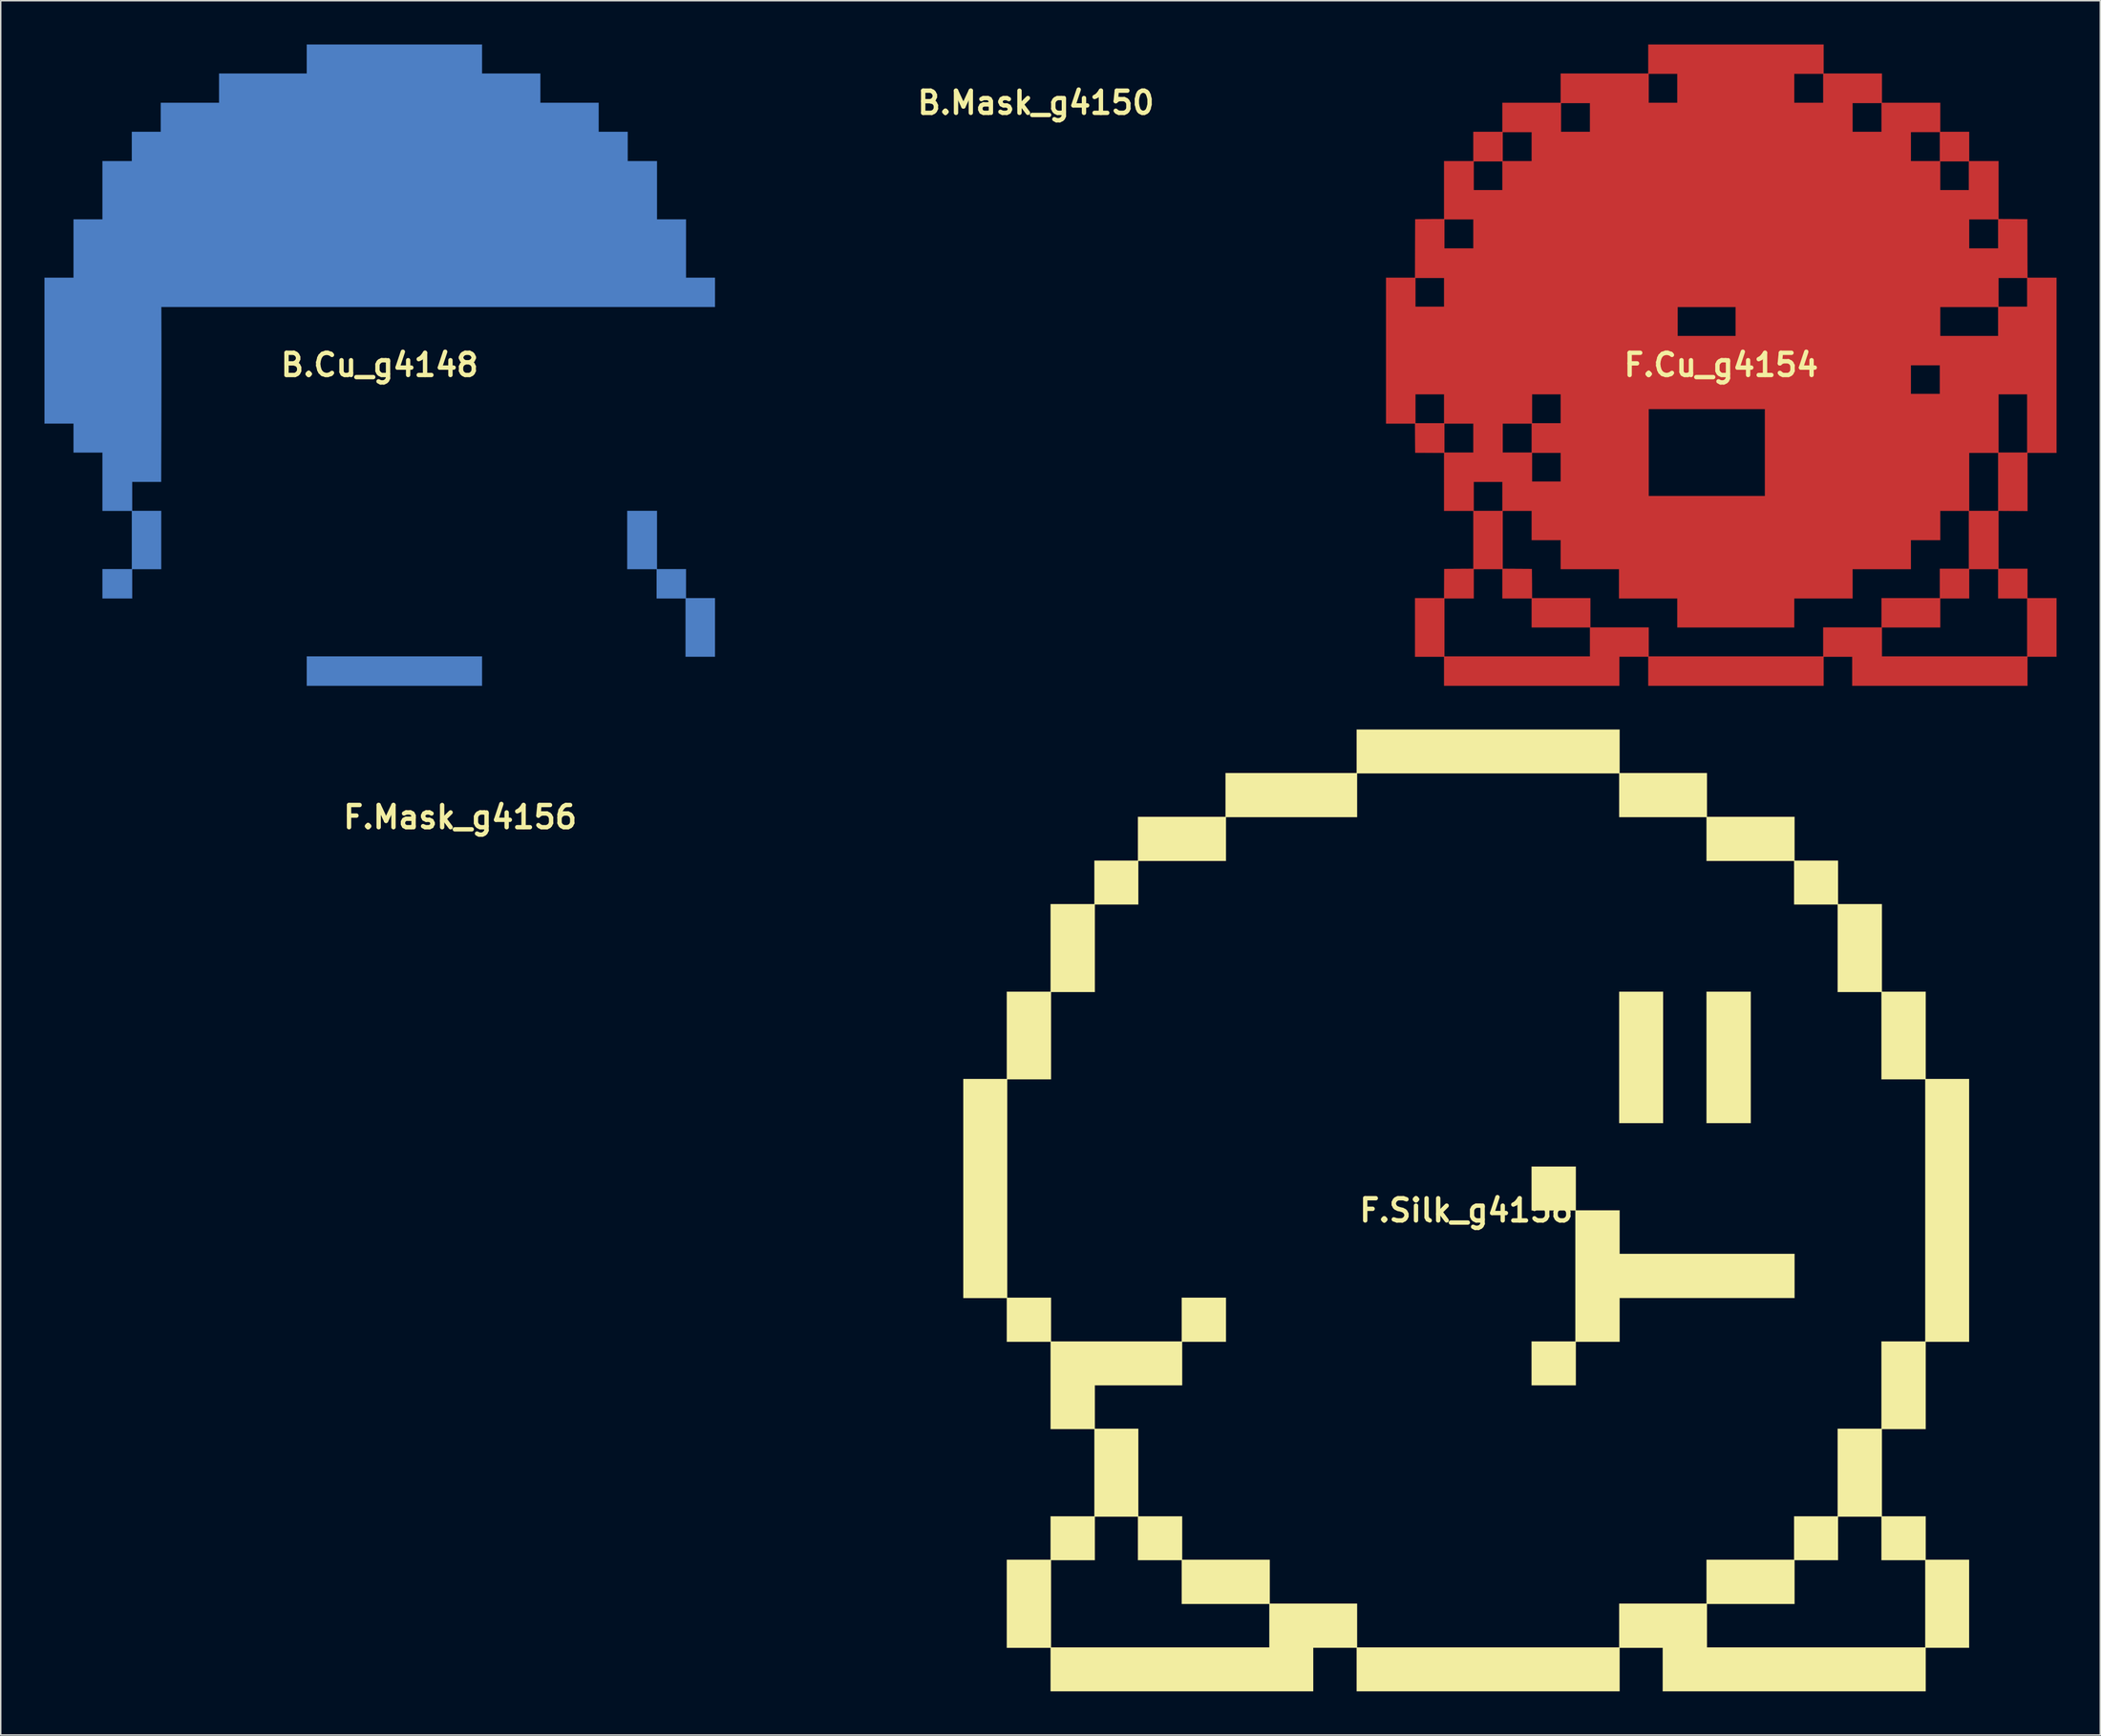
<source format=kicad_pcb>
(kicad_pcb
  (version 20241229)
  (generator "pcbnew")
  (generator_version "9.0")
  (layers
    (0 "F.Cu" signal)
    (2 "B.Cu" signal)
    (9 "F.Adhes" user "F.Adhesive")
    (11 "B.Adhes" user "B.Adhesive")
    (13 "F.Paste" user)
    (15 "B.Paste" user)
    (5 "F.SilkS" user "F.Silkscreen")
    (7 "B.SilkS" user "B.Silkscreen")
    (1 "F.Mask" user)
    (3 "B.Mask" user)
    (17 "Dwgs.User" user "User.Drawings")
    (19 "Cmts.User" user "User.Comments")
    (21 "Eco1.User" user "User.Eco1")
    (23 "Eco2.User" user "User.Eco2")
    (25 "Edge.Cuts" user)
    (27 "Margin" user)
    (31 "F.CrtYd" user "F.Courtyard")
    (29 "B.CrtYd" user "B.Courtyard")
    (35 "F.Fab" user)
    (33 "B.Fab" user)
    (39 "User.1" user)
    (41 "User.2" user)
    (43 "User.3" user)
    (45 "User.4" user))
  (footprint "F.Cu_g4154"
    (layer "F.Cu")
    (at 115.033 21.997)
    (property "Reference" "F.Cu_g4154" (at 0 0 0) (layer "F.SilkS") (effects (font (size 1.524 1.524) (thickness 0.3))))
    (attr through_hole)
    (fp_poly (pts (xy 7.027 -20.003) (xy 11.028 -20.003) (xy 11.028 -17.992) (xy 15.028 -17.992) (xy 15.028 -16.002) (xy 17.018 -16.002) (xy 17.018 -13.991) (xy 19.029 -13.991) (xy 19.029 -10.012) (xy 20.018 -10.007) (xy 21.008 -10.001) (xy 21.019 -5.99) (xy 23.008 -5.99) (xy 23.008 6.032) (xy 21.018 6.032) (xy 21.019 8.027) (xy 21.019 10.022) (xy 19.029 10.011) (xy 19.029 13.991) (xy 21.018 13.991) (xy 21.018 16.002) (xy 23.008 16.002) (xy 23.008 20.024) (xy 21.018 20.024) (xy 21.018 22.013) (xy 8.996 22.013) (xy 8.996 20.024) (xy 7.027 20.024) (xy 7.027 22.013) (xy -4.995 22.013) (xy -4.995 20.024) (xy -6.985 20.024) (xy -6.985 22.013) (xy -19.008 22.013) (xy -19.008 20.024) (xy -20.997 20.024) (xy -20.997 16.023) (xy -18.986 16.023) (xy -18.986 20.003) (xy -8.996 20.003) (xy -8.996 18.013) (xy -12.996 18.013) (xy -12.996 16.023) (xy -15.007 16.023) (xy -15.007 14.012) (xy -16.976 14.012) (xy -16.976 16.023) (xy -18.986 16.023) (xy -20.997 16.023) (xy -20.997 16.002) (xy -19.008 16.002) (xy -18.997 14.002) (xy -16.997 13.991) (xy -16.997 10.012) (xy -19.008 10.012) (xy -19.008 8.022) (xy -16.976 8.022) (xy -16.976 10.012) (xy -15.007 10.012) (xy -14.986 10.012) (xy -14.986 13.991) (xy -12.986 14.002) (xy -12.98 15.002) (xy -12.975 16.002) (xy -8.975 16.002) (xy -8.975 18.013) (xy -4.974 18.013) (xy -4.974 20.003) (xy 7.006 20.003) (xy 7.006 18.013) (xy 11.007 18.013) (xy 11.028 18.013) (xy 11.028 20.003) (xy 20.997 20.003) (xy 20.997 16.023) (xy 19.008 16.023) (xy 19.008 14.012) (xy 17.018 14.012) (xy 17.018 16.023) (xy 15.028 16.023) (xy 15.028 18.013) (xy 11.028 18.013) (xy 11.007 18.013) (xy 11.007 16.002) (xy 15.007 16.002) (xy 15.007 13.991) (xy 16.997 13.991) (xy 16.997 10.012) (xy 15.028 10.012) (xy 15.028 12.023) (xy 13.018 12.023) (xy 13.018 14.012) (xy 9.017 14.012) (xy 9.017 16.023) (xy 5.016 16.023) (xy 5.016 18.013) (xy -3.006 18.013) (xy -3.006 16.023) (xy -7.006 16.023) (xy -7.006 14.012) (xy -11.007 14.012) (xy -11.007 12.023) (xy -12.996 12.023) (xy -12.996 10.012) (xy -14.986 10.012) (xy -15.007 10.012) (xy -15.007 8.022) (xy -16.976 8.022) (xy -19.008 8.022) (xy -19.008 6.033) (xy -19.083 6.032) (xy -12.975 6.032) (xy -12.975 8.001) (xy -11.007 8.001) (xy -11.007 6.032) (xy -12.975 6.032) (xy -19.083 6.032) (xy -19.997 6.027) (xy -20.987 6.022) (xy -20.998 4.022) (xy -18.986 4.022) (xy -18.986 6.011) (xy -16.997 6.011) (xy -16.997 4.022) (xy -14.986 4.022) (xy -14.986 6.011) (xy -12.996 6.011) (xy -12.996 4.022) (xy -14.986 4.022) (xy -16.997 4.022) (xy -18.986 4.022) (xy -20.998 4.022) (xy -22.987 4.022) (xy -22.987 2.011) (xy -20.976 2.011) (xy -20.976 4) (xy -19.008 4) (xy -19.008 2.011) (xy -12.975 2.011) (xy -12.975 4) (xy -11.007 4) (xy -11.007 3.027) (xy -4.974 3.027) (xy -4.974 8.996) (xy 3.006 8.996) (xy 3.006 6.032) (xy 17.018 6.032) (xy 17.018 10.012) (xy 19.008 10.012) (xy 19.008 6.032) (xy 17.018 6.032) (xy 3.006 6.032) (xy 3.006 3.027) (xy -4.974 3.027) (xy -11.007 3.027) (xy -11.007 2.011) (xy 19.029 2.011) (xy 19.029 6.011) (xy 20.997 6.011) (xy 20.997 2.011) (xy 19.029 2.011) (xy -11.007 2.011) (xy -12.975 2.011) (xy -19.008 2.011) (xy -20.976 2.011) (xy -22.987 2.011) (xy -22.987 0.021) (xy 13.018 0.021) (xy 13.018 1.99) (xy 15.007 1.99) (xy 15.007 0.021) (xy 13.018 0.021) (xy -22.987 0.021) (xy -22.987 -3.979) (xy -2.985 -3.979) (xy -2.985 -1.99) (xy 0.995 -1.99) (xy 0.995 -3.979) (xy 15.028 -3.979) (xy 15.028 -1.99) (xy 19.008 -1.99) (xy 19.008 -3.979) (xy 15.028 -3.979) (xy 0.995 -3.979) (xy -2.985 -3.979) (xy -22.987 -3.979) (xy -22.987 -5.969) (xy -20.976 -5.969) (xy -20.976 -4) (xy -19.008 -4) (xy -19.008 -5.969) (xy 19.029 -5.969) (xy 19.029 -4) (xy 20.997 -4) (xy 20.997 -5.969) (xy 19.029 -5.969) (xy -19.008 -5.969) (xy -20.976 -5.969) (xy -22.987 -5.969) (xy -22.987 -5.99) (xy -20.998 -5.99) (xy -20.992 -7.996) (xy -20.987 -9.991) (xy -18.986 -9.991) (xy -18.986 -8.001) (xy -16.997 -8.001) (xy -16.997 -9.991) (xy 17.018 -9.991) (xy 17.018 -8.001) (xy 19.008 -8.001) (xy 19.008 -9.991) (xy 17.018 -9.991) (xy -16.997 -9.991) (xy -18.986 -9.991) (xy -20.987 -9.991) (xy -20.987 -10.001) (xy -19.997 -10.007) (xy -19.008 -10.012) (xy -19.008 -13.97) (xy -16.976 -13.97) (xy -16.976 -12.002) (xy -15.007 -12.002) (xy -15.007 -13.97) (xy 15.028 -13.97) (xy 15.028 -12.002) (xy 16.997 -12.002) (xy 16.997 -13.97) (xy 15.028 -13.97) (xy -15.007 -13.97) (xy -16.976 -13.97) (xy -19.008 -13.97) (xy -19.008 -13.991) (xy -16.997 -13.991) (xy -16.997 -15.981) (xy -14.986 -15.981) (xy -14.986 -13.991) (xy -12.996 -13.991) (xy -12.996 -15.981) (xy 13.018 -15.981) (xy 13.018 -13.991) (xy 15.007 -13.991) (xy 15.007 -15.981) (xy 13.018 -15.981) (xy -12.996 -15.981) (xy -14.986 -15.981) (xy -16.997 -15.981) (xy -16.997 -16.002) (xy -15.007 -16.002) (xy -15.007 -17.971) (xy -10.986 -17.971) (xy -10.986 -16.002) (xy -8.996 -16.002) (xy -8.996 -17.971) (xy 9.017 -17.971) (xy 9.017 -16.002) (xy 11.007 -16.002) (xy 11.007 -17.971) (xy 9.017 -17.971) (xy -8.996 -17.971) (xy -10.986 -17.971) (xy -15.007 -17.971) (xy -15.007 -17.992) (xy -11.007 -17.992) (xy -11.007 -19.981) (xy -4.974 -19.981) (xy -4.974 -17.992) (xy -3.006 -17.992) (xy -3.006 -19.981) (xy 5.016 -19.981) (xy 5.016 -17.992) (xy 7.006 -17.992) (xy 7.006 -19.981) (xy 5.016 -19.981) (xy -3.006 -19.981) (xy -4.974 -19.981) (xy -11.007 -19.981) (xy -11.007 -20.003) (xy -4.995 -20.003) (xy -4.995 -21.992) (xy 7.027 -21.992) (xy 7.027 -20.003)) (stroke (width 0.01) (type solid)) (fill yes) (layer "F.Cu")))
  (footprint "B.Mask_g4150"
    (layer "F.Cu")
    (at 68.018 4.005)
    (property "Reference" "B.Mask_g4150" (at 0 0 0) (layer "F.SilkS") (effects (font (size 1.524 1.524) (thickness 0.3))))
    (attr through_hole)
    (fp_poly (pts (xy -10.986 8.022) (xy -12.996 8.022) (xy -12.996 5.99) (xy -10.986 5.99) (xy -10.986 8.022)) (stroke (width 0.01) (type solid)) (fill yes) (layer "B.Mask"))
    (fp_poly (pts (xy 1.016 -1.99) (xy -3.006 -1.99) (xy -3.006 -4) (xy 1.016 -4) (xy 1.016 -1.99)) (stroke (width 0.01) (type solid)) (fill yes) (layer "B.Mask"))
    (fp_poly (pts (xy 19.029 -1.99) (xy 15.007 -1.99) (xy 15.007 -4) (xy 19.029 -4) (xy 19.029 -1.99)) (stroke (width 0.01) (type solid)) (fill yes) (layer "B.Mask"))
    (fp_poly (pts (xy -2.985 18.013) (xy 4.995 18.013) (xy 4.995 16.002) (xy 7.027 16.002) (xy 7.027 20.024) (xy -4.995 20.024) (xy -4.995 16.002) (xy -2.985 16.002) (xy -2.985 18.013)) (stroke (width 0.01) (type solid)) (fill yes) (layer "B.Mask"))
    (fp_poly (pts (xy -14.986 9.991) (xy -12.975 9.991) (xy -12.975 12.002) (xy -10.986 12.002) (xy -10.986 14.012) (xy -6.985 14.012) (xy -6.985 16.002) (xy -6.223 16.002) (xy -6.223 18.013) (xy -8.975 18.013) (xy -8.975 19.516) (xy -19.008 19.516) (xy -19.008 16.002) (xy -16.997 16.002) (xy -16.997 14.012) (xy -15.007 14.012) (xy -15.007 10.012) (xy -16.997 10.012) (xy -16.997 8.001) (xy -14.986 8.001) (xy -14.986 9.991)) (stroke (width 0.01) (type solid)) (fill yes) (layer "B.Mask"))
    (fp_poly (pts (xy 19.029 10.012) (xy 17.018 10.012) (xy 17.018 13.991) (xy 19.018 14.002) (xy 19.024 15.002) (xy 19.029 16.002) (xy 21.018 16.002) (xy 21.018 19.516) (xy 11.007 19.516) (xy 11.007 18.013) (xy 8.255 18.013) (xy 8.255 16.002) (xy 8.996 16.002) (xy 8.996 13.991) (xy 12.996 13.991) (xy 12.996 12.002) (xy 15.007 12.002) (xy 15.007 9.991) (xy 16.997 9.991) (xy 16.997 5.99) (xy 19.029 5.99) (xy 19.029 10.012)) (stroke (width 0.01) (type solid)) (fill yes) (layer "B.Mask")))
  (footprint "B.Cu_g4148"
    (layer "F.Cu")
    (at 22.992 21.997)
    (property "Reference" "B.Cu_g4148" (at 0 0 0) (layer "F.SilkS") (effects (font (size 1.524 1.524) (thickness 0.3))))
    (attr through_hole)
    (fp_poly (pts (xy 7.027 22.013) (xy -4.995 22.013) (xy -4.995 20.003) (xy 7.027 20.003) (xy 7.027 22.013)) (stroke (width 0.01) (type solid)) (fill yes) (layer "B.Cu"))
    (fp_poly (pts (xy 19.029 14.012) (xy 21.018 14.012) (xy 21.018 16.002) (xy 23.008 16.002) (xy 23.008 20.024) (xy 20.997 20.024) (xy 20.997 16.023) (xy 19.008 16.023) (xy 19.008 14.012) (xy 16.997 14.012) (xy 16.997 10.012) (xy 19.029 10.012) (xy 19.029 14.012)) (stroke (width 0.01) (type solid)) (fill yes) (layer "B.Cu"))
    (fp_poly (pts (xy 7.027 -20.003) (xy 11.028 -20.003) (xy 11.028 -17.992) (xy 15.028 -17.992) (xy 15.028 -16.002) (xy 17.018 -16.002) (xy 17.018 -13.991) (xy 19.029 -13.991) (xy 19.029 -9.991) (xy 21.018 -9.991) (xy 21.018 -5.99) (xy 23.008 -5.99) (xy 23.008 -3.979) (xy -14.977 -3.979) (xy -14.968 -1.879) (xy -14.967 -1.624) (xy -14.967 -1.331) (xy -14.966 -1.003) (xy -14.966 -0.644) (xy -14.966 -0.259) (xy -14.966 0.149) (xy -14.967 0.576) (xy -14.967 1.018) (xy -14.968 1.472) (xy -14.969 1.932) (xy -14.97 2.397) (xy -14.971 2.86) (xy -14.973 3.32) (xy -14.974 3.771) (xy -14.975 4.122) (xy -14.991 8.022) (xy -16.976 8.022) (xy -16.976 10.012) (xy -14.986 10.012) (xy -14.986 14.012) (xy -16.976 14.012) (xy -16.976 16.023) (xy -19.008 16.023) (xy -19.008 14.012) (xy -16.997 14.012) (xy -16.997 10.012) (xy -19.008 10.012) (xy -19.008 6.011) (xy -20.997 6.011) (xy -20.997 4.022) (xy -22.987 4.022) (xy -22.987 -5.99) (xy -20.997 -5.99) (xy -20.997 -9.991) (xy -19.008 -9.991) (xy -19.008 -13.991) (xy -16.997 -13.991) (xy -16.997 -16.002) (xy -15.007 -16.002) (xy -15.007 -17.992) (xy -11.007 -17.992) (xy -11.007 -20.003) (xy -4.995 -20.003) (xy -4.995 -21.992) (xy 7.027 -21.992) (xy 7.027 -20.003)) (stroke (width 0.01) (type solid)) (fill yes) (layer "B.Cu")))
  (footprint "F.Mask_g4156"
    (layer "F.Cu")
    (at 28.517 53.032)
    (property "Reference" "F.Mask_g4156" (at 0 0 0) (layer "F.SilkS") (effects (font (size 1.524 1.524) (thickness 0.3))))
    (attr through_hole)
    (fp_poly (pts (xy 1.503 -2.985) (xy -4.508 -2.985) (xy -4.508 -6.011) (xy 1.503 -6.011) (xy 1.503 -2.985)) (stroke (width 0.01) (type solid)) (fill yes) (layer "F.Mask"))
    (fp_poly (pts (xy 28.512 -2.985) (xy 22.5 -2.985) (xy 22.5 -6.011) (xy 28.512 -6.011) (xy 28.512 -2.985)) (stroke (width 0.01) (type solid)) (fill yes) (layer "F.Mask"))
    (fp_poly (pts (xy -22.5 23.982) (xy -19.494 23.982) (xy -19.494 26.988) (xy -13.483 26.988) (xy -13.483 30.014) (xy -28.512 30.014) (xy -28.512 23.982) (xy -25.506 23.982) (xy -25.506 20.997) (xy -22.5 20.997) (xy -22.5 23.982)) (stroke (width 0.01) (type solid)) (fill yes) (layer "F.Mask"))
    (fp_poly (pts (xy 28.512 23.982) (xy 31.517 23.982) (xy 31.517 30.014) (xy 16.489 30.014) (xy 16.489 26.988) (xy 22.5 26.988) (xy 22.5 23.982) (xy 25.485 23.982) (xy 25.485 20.997) (xy 28.512 20.997) (xy 28.512 23.982)) (stroke (width 0.01) (type solid)) (fill yes) (layer "F.Mask")))
  (footprint "F.Silk_g4158"
    (layer "F.Cu")
    (at 97.545 80.019)
    (property "Reference" "F.Silk_g4158" (at 0 0 0) (layer "F.SilkS") (effects (font (size 1.524 1.524) (thickness 0.3))))
    (attr through_hole)
    (fp_poly (pts (xy 13.504 -5.99) (xy 10.499 -5.99) (xy 10.499 -15.007) (xy 13.504 -15.007) (xy 13.504 -5.99)) (stroke (width 0.01) (type solid)) (fill yes) (layer "F.SilkS"))
    (fp_poly (pts (xy 19.516 -5.99) (xy 16.489 -5.99) (xy 16.489 -15.007) (xy 19.516 -15.007) (xy 19.516 -5.99)) (stroke (width 0.01) (type solid)) (fill yes) (layer "F.SilkS"))
    (fp_poly (pts (xy 7.514 0) (xy 10.52 0) (xy 10.52 2.985) (xy 22.521 2.985) (xy 22.521 6.011) (xy 10.52 6.011) (xy 10.52 9.017) (xy 7.514 9.017) (xy 7.514 12.002) (xy 4.487 12.002) (xy 4.487 8.996) (xy 7.493 8.996) (xy 7.493 0) (xy 4.487 0) (xy 4.487 -3.006) (xy 7.514 -3.006) (xy 7.514 0)) (stroke (width 0.01) (type solid)) (fill yes) (layer "F.SilkS"))
    (fp_poly (pts (xy 10.52 -30.014) (xy 16.51 -30.014) (xy 16.51 -27.009) (xy 22.521 -27.009) (xy 22.521 -24.003) (xy 25.506 -24.003) (xy 25.506 -21.018) (xy 28.512 -21.018) (xy 28.512 -15.007) (xy 31.517 -15.007) (xy 31.517 -9.017) (xy 34.502 -9.017) (xy 34.502 9.017) (xy 31.517 9.017) (xy 31.517 15.007) (xy 28.512 15.007) (xy 28.512 20.997) (xy 31.517 20.997) (xy 31.517 23.982) (xy 34.502 23.982) (xy 34.502 30.014) (xy 31.517 30.014) (xy 31.517 32.999) (xy 13.483 32.999) (xy 13.483 30.014) (xy 10.52 30.014) (xy 10.52 32.999) (xy -7.514 32.999) (xy -7.514 30.014) (xy -10.499 30.014) (xy -10.499 32.999) (xy -28.512 32.999) (xy -28.512 30.014) (xy -31.517 30.014) (xy -31.517 24.003) (xy -28.49 24.003) (xy -28.49 29.993) (xy -13.504 29.993) (xy -13.504 27.009) (xy -19.516 27.009) (xy -19.516 24.003) (xy -22.521 24.003) (xy -22.521 21.018) (xy -25.485 21.018) (xy -25.485 24.003) (xy -28.49 24.003) (xy -31.517 24.003) (xy -31.517 23.982) (xy -28.512 23.982) (xy -28.512 20.997) (xy -25.506 20.997) (xy -25.506 15.007) (xy -28.512 15.007) (xy -28.512 9.017) (xy -31.517 9.017) (xy -31.517 6.011) (xy -34.502 6.011) (xy -34.502 -8.996) (xy -31.496 -8.996) (xy -31.496 5.99) (xy -28.49 5.99) (xy -28.49 8.996) (xy -19.516 8.996) (xy -19.516 5.99) (xy -16.489 5.99) (xy -16.489 9.017) (xy -19.494 9.017) (xy -19.494 12.002) (xy -25.485 12.002) (xy -25.485 14.986) (xy -22.5 14.986) (xy -22.5 20.997) (xy -19.494 20.997) (xy -19.494 23.982) (xy -13.483 23.982) (xy -13.483 26.988) (xy -7.493 26.988) (xy -7.493 29.993) (xy 10.499 29.993) (xy 10.499 27.009) (xy 16.51 27.009) (xy 16.51 29.993) (xy 31.496 29.993) (xy 31.496 24.003) (xy 28.49 24.003) (xy 28.49 21.018) (xy 25.506 21.018) (xy 25.506 24.003) (xy 22.521 24.003) (xy 22.521 27.009) (xy 16.51 27.009) (xy 10.499 27.009) (xy 10.499 26.988) (xy 16.489 26.988) (xy 16.489 23.982) (xy 22.5 23.982) (xy 22.5 20.997) (xy 25.485 20.997) (xy 25.485 14.986) (xy 28.49 14.986) (xy 28.49 8.996) (xy 31.496 8.996) (xy 31.496 -8.996) (xy 28.49 -8.996) (xy 28.49 -14.986) (xy 25.485 -14.986) (xy 25.485 -20.997) (xy 22.5 -20.997) (xy 22.5 -23.982) (xy 16.489 -23.982) (xy 16.489 -26.988) (xy 10.499 -26.988) (xy 10.499 -29.993) (xy -7.493 -29.993) (xy -7.493 -26.988) (xy -16.489 -26.988) (xy -16.489 -23.982) (xy -22.5 -23.982) (xy -22.5 -20.997) (xy -25.485 -20.997) (xy -25.485 -14.986) (xy -28.49 -14.986) (xy -28.49 -8.996) (xy -31.496 -8.996) (xy -34.502 -8.996) (xy -34.502 -9.017) (xy -31.517 -9.017) (xy -31.517 -15.007) (xy -28.512 -15.007) (xy -28.512 -21.018) (xy -25.506 -21.018) (xy -25.506 -24.003) (xy -22.521 -24.003) (xy -22.521 -27.009) (xy -16.51 -27.009) (xy -16.51 -30.014) (xy -7.514 -30.014) (xy -7.514 -32.999) (xy 10.52 -32.999) (xy 10.52 -30.014)) (stroke (width 0.01) (type solid)) (fill yes) (layer "F.SilkS")))
  (gr_rect
    (start -3 -3)
    (end 141.046 116.023)
    (stroke (width 0.1) (type default))
    (fill no)
    (layer "Edge.Cuts")))
</source>
